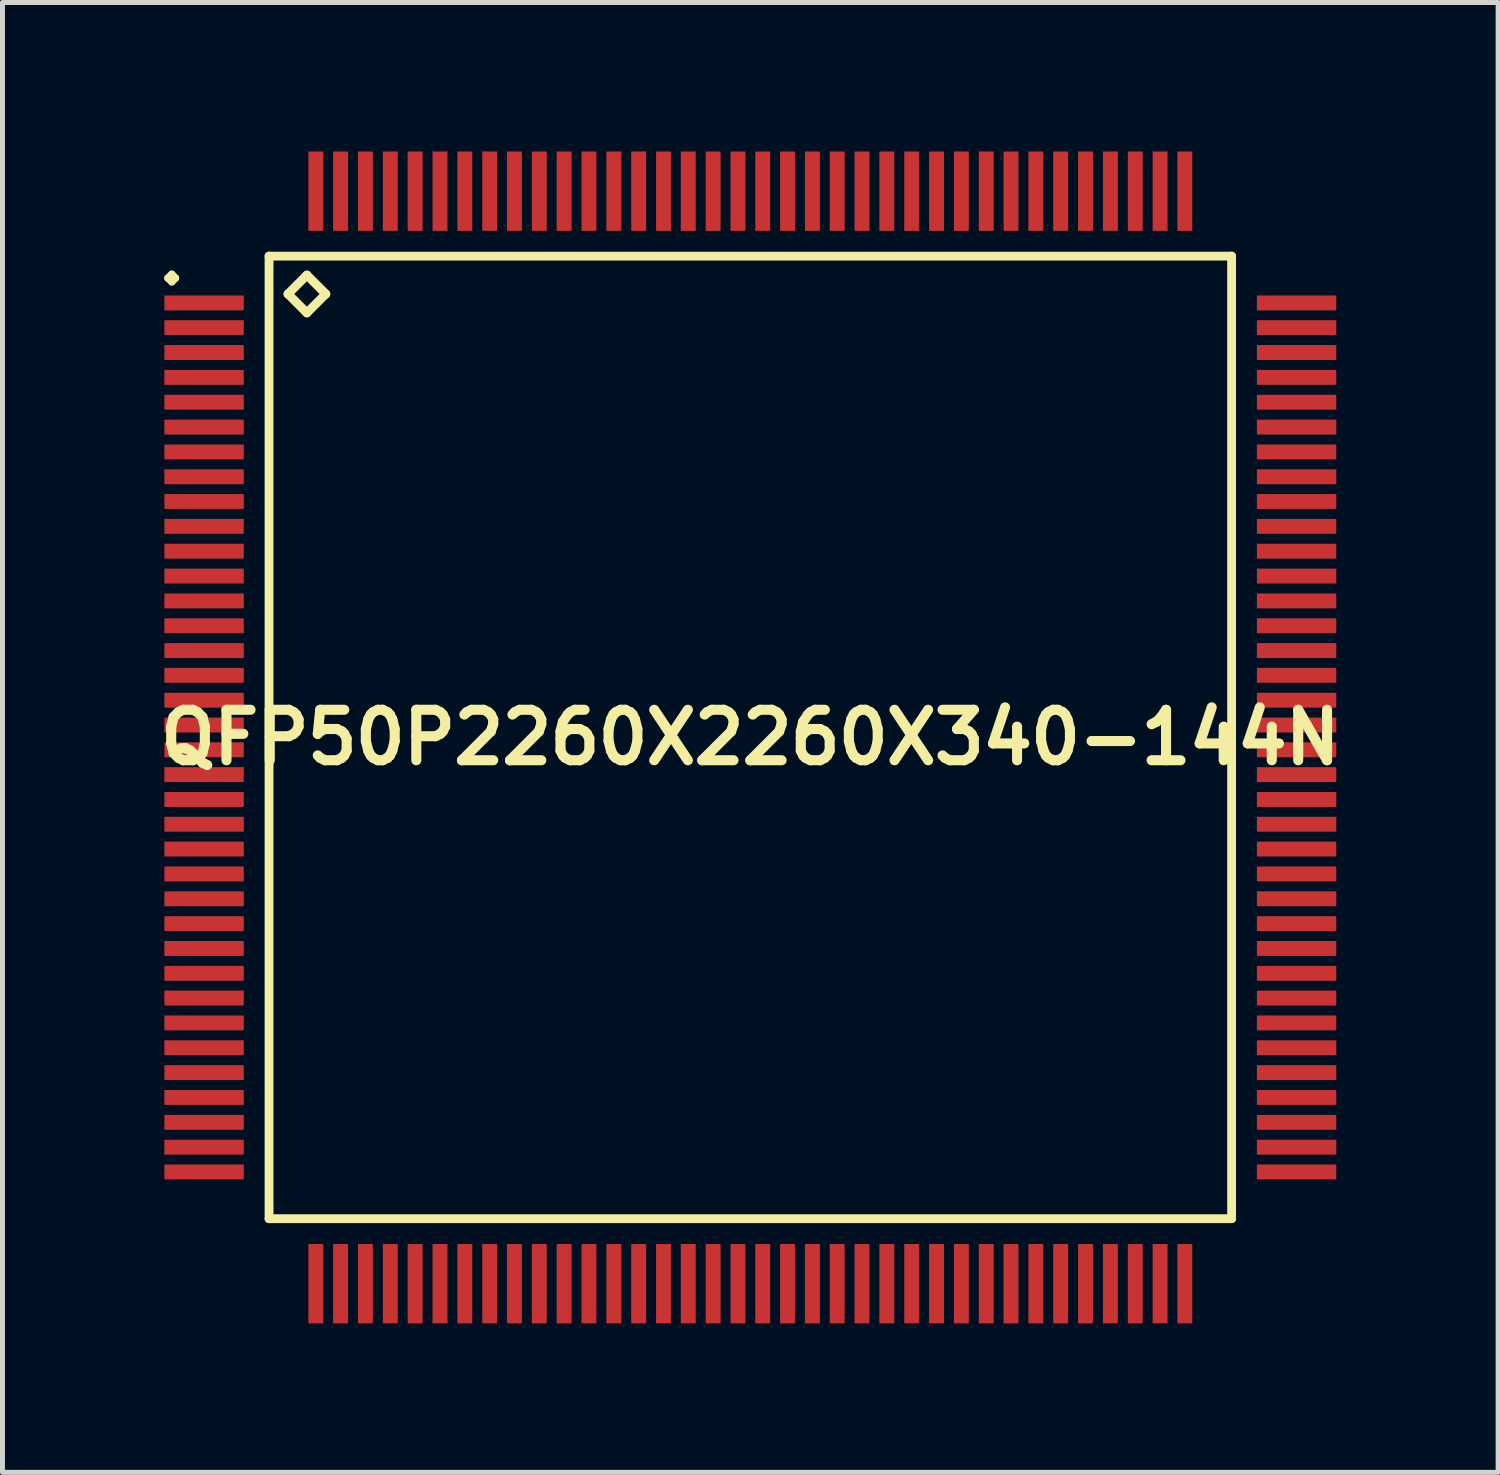
<source format=kicad_pcb>
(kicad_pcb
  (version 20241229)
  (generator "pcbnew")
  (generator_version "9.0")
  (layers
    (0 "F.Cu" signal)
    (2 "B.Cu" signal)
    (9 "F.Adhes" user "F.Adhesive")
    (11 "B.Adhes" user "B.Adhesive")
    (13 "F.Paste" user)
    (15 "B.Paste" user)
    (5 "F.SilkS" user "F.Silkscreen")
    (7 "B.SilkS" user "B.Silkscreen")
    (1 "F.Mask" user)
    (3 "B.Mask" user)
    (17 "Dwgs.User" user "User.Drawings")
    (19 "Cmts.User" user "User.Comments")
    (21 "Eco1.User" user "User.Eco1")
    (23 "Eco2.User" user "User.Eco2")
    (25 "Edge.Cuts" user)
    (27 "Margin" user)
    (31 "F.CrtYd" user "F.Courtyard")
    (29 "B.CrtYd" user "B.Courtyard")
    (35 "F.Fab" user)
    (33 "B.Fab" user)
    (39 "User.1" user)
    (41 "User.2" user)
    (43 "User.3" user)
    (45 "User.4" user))
  (footprint "QFP50P2260X2260X340-144N"
    (layer "F.Cu")
    (at 12.057 11.797)
    (property "Reference" "QFP50P2260X2260X340-144N" (at 0 0 0) (layer "F.SilkS") (effects (font (size 1.016 1.016) (thickness 0.203))))
    (attr smd)
    (fp_line (start -11.725 -9.248) (end -11.648 -9.324) (stroke (width 0.15) (type solid)) (layer "F.SilkS"))
    (fp_line (start -11.648 -9.324) (end -11.575 -9.248) (stroke (width 0.15) (type solid)) (layer "F.SilkS"))
    (fp_line (start -11.648 -9.174) (end -11.725 -9.248) (stroke (width 0.15) (type solid)) (layer "F.SilkS"))
    (fp_line (start -11.575 -9.248) (end -11.648 -9.174) (stroke (width 0.15) (type solid)) (layer "F.SilkS"))
    (fp_line (start -9.69 -9.69) (end -9.69 9.69) (stroke (width 0.178) (type solid)) (layer "F.SilkS"))
    (fp_line (start -9.69 9.69) (end 9.69 9.69) (stroke (width 0.178) (type solid)) (layer "F.SilkS"))
    (fp_line (start -9.309 -8.928) (end -8.928 -9.309) (stroke (width 0.178) (type solid)) (layer "F.SilkS"))
    (fp_line (start -8.928 -9.309) (end -8.547 -8.928) (stroke (width 0.178) (type solid)) (layer "F.SilkS"))
    (fp_line (start -8.928 -8.547) (end -9.309 -8.928) (stroke (width 0.178) (type solid)) (layer "F.SilkS"))
    (fp_line (start -8.547 -8.928) (end -8.928 -8.547) (stroke (width 0.178) (type solid)) (layer "F.SilkS"))
    (fp_line (start 9.69 -9.69) (end -9.69 -9.69) (stroke (width 0.178) (type solid)) (layer "F.SilkS"))
    (fp_line (start 9.69 9.69) (end 9.69 -9.69) (stroke (width 0.178) (type solid)) (layer "F.SilkS"))
    (pad "1" smd rect (at -10.998 -8.748) (size 1.598 0.3) (layers "F.Cu" "F.Mask" "F.Paste"))
    (pad "2" smd rect (at -10.998 -8.25) (size 1.598 0.3) (layers "F.Cu" "F.Mask" "F.Paste"))
    (pad "3" smd rect (at -10.998 -7.75) (size 1.598 0.3) (layers "F.Cu" "F.Mask" "F.Paste"))
    (pad "4" smd rect (at -10.998 -7.249) (size 1.598 0.3) (layers "F.Cu" "F.Mask" "F.Paste"))
    (pad "5" smd rect (at -10.998 -6.749) (size 1.598 0.3) (layers "F.Cu" "F.Mask" "F.Paste"))
    (pad "6" smd rect (at -10.998 -6.248) (size 1.598 0.3) (layers "F.Cu" "F.Mask" "F.Paste"))
    (pad "7" smd rect (at -10.998 -5.748) (size 1.598 0.3) (layers "F.Cu" "F.Mask" "F.Paste"))
    (pad "8" smd rect (at -10.998 -5.248) (size 1.598 0.3) (layers "F.Cu" "F.Mask" "F.Paste"))
    (pad "9" smd rect (at -10.998 -4.75) (size 1.598 0.3) (layers "F.Cu" "F.Mask" "F.Paste"))
    (pad "10" smd rect (at -10.998 -4.249) (size 1.598 0.3) (layers "F.Cu" "F.Mask" "F.Paste"))
    (pad "11" smd rect (at -10.998 -3.749) (size 1.598 0.3) (layers "F.Cu" "F.Mask" "F.Paste"))
    (pad "12" smd rect (at -10.998 -3.249) (size 1.598 0.3) (layers "F.Cu" "F.Mask" "F.Paste"))
    (pad "13" smd rect (at -10.998 -2.748) (size 1.598 0.3) (layers "F.Cu" "F.Mask" "F.Paste"))
    (pad "14" smd rect (at -10.998 -2.248) (size 1.598 0.3) (layers "F.Cu" "F.Mask" "F.Paste"))
    (pad "15" smd rect (at -10.998 -1.748) (size 1.598 0.3) (layers "F.Cu" "F.Mask" "F.Paste"))
    (pad "16" smd rect (at -10.998 -1.25) (size 1.598 0.3) (layers "F.Cu" "F.Mask" "F.Paste"))
    (pad "17" smd rect (at -10.998 -0.749) (size 1.598 0.3) (layers "F.Cu" "F.Mask" "F.Paste"))
    (pad "18" smd rect (at -10.998 -0.249) (size 1.598 0.3) (layers "F.Cu" "F.Mask" "F.Paste"))
    (pad "19" smd rect (at -10.998 0.249) (size 1.598 0.3) (layers "F.Cu" "F.Mask" "F.Paste"))
    (pad "20" smd rect (at -10.998 0.749) (size 1.598 0.3) (layers "F.Cu" "F.Mask" "F.Paste"))
    (pad "21" smd rect (at -10.998 1.25) (size 1.598 0.3) (layers "F.Cu" "F.Mask" "F.Paste"))
    (pad "22" smd rect (at -10.998 1.748) (size 1.598 0.3) (layers "F.Cu" "F.Mask" "F.Paste"))
    (pad "23" smd rect (at -10.998 2.248) (size 1.598 0.3) (layers "F.Cu" "F.Mask" "F.Paste"))
    (pad "24" smd rect (at -10.998 2.748) (size 1.598 0.3) (layers "F.Cu" "F.Mask" "F.Paste"))
    (pad "25" smd rect (at -10.998 3.249) (size 1.598 0.3) (layers "F.Cu" "F.Mask" "F.Paste"))
    (pad "26" smd rect (at -10.998 3.749) (size 1.598 0.3) (layers "F.Cu" "F.Mask" "F.Paste"))
    (pad "27" smd rect (at -10.998 4.249) (size 1.598 0.3) (layers "F.Cu" "F.Mask" "F.Paste"))
    (pad "28" smd rect (at -10.998 4.75) (size 1.598 0.3) (layers "F.Cu" "F.Mask" "F.Paste"))
    (pad "29" smd rect (at -10.998 5.248) (size 1.598 0.3) (layers "F.Cu" "F.Mask" "F.Paste"))
    (pad "30" smd rect (at -10.998 5.748) (size 1.598 0.3) (layers "F.Cu" "F.Mask" "F.Paste"))
    (pad "31" smd rect (at -10.998 6.248) (size 1.598 0.3) (layers "F.Cu" "F.Mask" "F.Paste"))
    (pad "32" smd rect (at -10.998 6.749) (size 1.598 0.3) (layers "F.Cu" "F.Mask" "F.Paste"))
    (pad "33" smd rect (at -10.998 7.249) (size 1.598 0.3) (layers "F.Cu" "F.Mask" "F.Paste"))
    (pad "34" smd rect (at -10.998 7.75) (size 1.598 0.3) (layers "F.Cu" "F.Mask" "F.Paste"))
    (pad "35" smd rect (at -10.998 8.25) (size 1.598 0.3) (layers "F.Cu" "F.Mask" "F.Paste"))
    (pad "36" smd rect (at -10.998 8.748) (size 1.598 0.3) (layers "F.Cu" "F.Mask" "F.Paste"))
    (pad "37" smd rect (at -8.748 10.998) (size 0.3 1.598) (layers "F.Cu" "F.Mask" "F.Paste"))
    (pad "38" smd rect (at -8.25 10.998) (size 0.3 1.598) (layers "F.Cu" "F.Mask" "F.Paste"))
    (pad "39" smd rect (at -7.75 10.998) (size 0.3 1.598) (layers "F.Cu" "F.Mask" "F.Paste"))
    (pad "40" smd rect (at -7.249 10.998) (size 0.3 1.598) (layers "F.Cu" "F.Mask" "F.Paste"))
    (pad "41" smd rect (at -6.749 10.998) (size 0.3 1.598) (layers "F.Cu" "F.Mask" "F.Paste"))
    (pad "42" smd rect (at -6.248 10.998) (size 0.3 1.598) (layers "F.Cu" "F.Mask" "F.Paste"))
    (pad "43" smd rect (at -5.748 10.998) (size 0.3 1.598) (layers "F.Cu" "F.Mask" "F.Paste"))
    (pad "44" smd rect (at -5.248 10.998) (size 0.3 1.598) (layers "F.Cu" "F.Mask" "F.Paste"))
    (pad "45" smd rect (at -4.75 10.998) (size 0.3 1.598) (layers "F.Cu" "F.Mask" "F.Paste"))
    (pad "46" smd rect (at -4.249 10.998) (size 0.3 1.598) (layers "F.Cu" "F.Mask" "F.Paste"))
    (pad "47" smd rect (at -3.749 10.998) (size 0.3 1.598) (layers "F.Cu" "F.Mask" "F.Paste"))
    (pad "48" smd rect (at -3.249 10.998) (size 0.3 1.598) (layers "F.Cu" "F.Mask" "F.Paste"))
    (pad "49" smd rect (at -2.748 10.998) (size 0.3 1.598) (layers "F.Cu" "F.Mask" "F.Paste"))
    (pad "50" smd rect (at -2.248 10.998) (size 0.3 1.598) (layers "F.Cu" "F.Mask" "F.Paste"))
    (pad "51" smd rect (at -1.748 10.998) (size 0.3 1.598) (layers "F.Cu" "F.Mask" "F.Paste"))
    (pad "52" smd rect (at -1.25 10.998) (size 0.3 1.598) (layers "F.Cu" "F.Mask" "F.Paste"))
    (pad "53" smd rect (at -0.749 10.998) (size 0.3 1.598) (layers "F.Cu" "F.Mask" "F.Paste"))
    (pad "54" smd rect (at -0.249 10.998) (size 0.3 1.598) (layers "F.Cu" "F.Mask" "F.Paste"))
    (pad "55" smd rect (at 0.249 10.998) (size 0.3 1.598) (layers "F.Cu" "F.Mask" "F.Paste"))
    (pad "56" smd rect (at 0.749 10.998) (size 0.3 1.598) (layers "F.Cu" "F.Mask" "F.Paste"))
    (pad "57" smd rect (at 1.25 10.998) (size 0.3 1.598) (layers "F.Cu" "F.Mask" "F.Paste"))
    (pad "58" smd rect (at 1.748 10.998) (size 0.3 1.598) (layers "F.Cu" "F.Mask" "F.Paste"))
    (pad "59" smd rect (at 2.248 10.998) (size 0.3 1.598) (layers "F.Cu" "F.Mask" "F.Paste"))
    (pad "60" smd rect (at 2.748 10.998) (size 0.3 1.598) (layers "F.Cu" "F.Mask" "F.Paste"))
    (pad "61" smd rect (at 3.249 10.998) (size 0.3 1.598) (layers "F.Cu" "F.Mask" "F.Paste"))
    (pad "62" smd rect (at 3.749 10.998) (size 0.3 1.598) (layers "F.Cu" "F.Mask" "F.Paste"))
    (pad "63" smd rect (at 4.249 10.998) (size 0.3 1.598) (layers "F.Cu" "F.Mask" "F.Paste"))
    (pad "64" smd rect (at 4.75 10.998) (size 0.3 1.598) (layers "F.Cu" "F.Mask" "F.Paste"))
    (pad "65" smd rect (at 5.248 10.998) (size 0.3 1.598) (layers "F.Cu" "F.Mask" "F.Paste"))
    (pad "66" smd rect (at 5.748 10.998) (size 0.3 1.598) (layers "F.Cu" "F.Mask" "F.Paste"))
    (pad "67" smd rect (at 6.248 10.998) (size 0.3 1.598) (layers "F.Cu" "F.Mask" "F.Paste"))
    (pad "68" smd rect (at 6.749 10.998) (size 0.3 1.598) (layers "F.Cu" "F.Mask" "F.Paste"))
    (pad "69" smd rect (at 7.249 10.998) (size 0.3 1.598) (layers "F.Cu" "F.Mask" "F.Paste"))
    (pad "70" smd rect (at 7.75 10.998) (size 0.3 1.598) (layers "F.Cu" "F.Mask" "F.Paste"))
    (pad "71" smd rect (at 8.25 10.998) (size 0.3 1.598) (layers "F.Cu" "F.Mask" "F.Paste"))
    (pad "72" smd rect (at 8.748 10.998) (size 0.3 1.598) (layers "F.Cu" "F.Mask" "F.Paste"))
    (pad "73" smd rect (at 10.998 8.748) (size 1.598 0.3) (layers "F.Cu" "F.Mask" "F.Paste"))
    (pad "74" smd rect (at 10.998 8.25) (size 1.598 0.3) (layers "F.Cu" "F.Mask" "F.Paste"))
    (pad "75" smd rect (at 10.998 7.75) (size 1.598 0.3) (layers "F.Cu" "F.Mask" "F.Paste"))
    (pad "76" smd rect (at 10.998 7.249) (size 1.598 0.3) (layers "F.Cu" "F.Mask" "F.Paste"))
    (pad "77" smd rect (at 10.998 6.749) (size 1.598 0.3) (layers "F.Cu" "F.Mask" "F.Paste"))
    (pad "78" smd rect (at 10.998 6.248) (size 1.598 0.3) (layers "F.Cu" "F.Mask" "F.Paste"))
    (pad "79" smd rect (at 10.998 5.748) (size 1.598 0.3) (layers "F.Cu" "F.Mask" "F.Paste"))
    (pad "80" smd rect (at 10.998 5.248) (size 1.598 0.3) (layers "F.Cu" "F.Mask" "F.Paste"))
    (pad "81" smd rect (at 10.998 4.75) (size 1.598 0.3) (layers "F.Cu" "F.Mask" "F.Paste"))
    (pad "82" smd rect (at 10.998 4.249) (size 1.598 0.3) (layers "F.Cu" "F.Mask" "F.Paste"))
    (pad "83" smd rect (at 10.998 3.749) (size 1.598 0.3) (layers "F.Cu" "F.Mask" "F.Paste"))
    (pad "84" smd rect (at 10.998 3.249) (size 1.598 0.3) (layers "F.Cu" "F.Mask" "F.Paste"))
    (pad "85" smd rect (at 10.998 2.748) (size 1.598 0.3) (layers "F.Cu" "F.Mask" "F.Paste"))
    (pad "86" smd rect (at 10.998 2.248) (size 1.598 0.3) (layers "F.Cu" "F.Mask" "F.Paste"))
    (pad "87" smd rect (at 10.998 1.748) (size 1.598 0.3) (layers "F.Cu" "F.Mask" "F.Paste"))
    (pad "88" smd rect (at 10.998 1.25) (size 1.598 0.3) (layers "F.Cu" "F.Mask" "F.Paste"))
    (pad "89" smd rect (at 10.998 0.749) (size 1.598 0.3) (layers "F.Cu" "F.Mask" "F.Paste"))
    (pad "90" smd rect (at 10.998 0.249) (size 1.598 0.3) (layers "F.Cu" "F.Mask" "F.Paste"))
    (pad "91" smd rect (at 10.998 -0.249) (size 1.598 0.3) (layers "F.Cu" "F.Mask" "F.Paste"))
    (pad "92" smd rect (at 10.998 -0.749) (size 1.598 0.3) (layers "F.Cu" "F.Mask" "F.Paste"))
    (pad "93" smd rect (at 10.998 -1.25) (size 1.598 0.3) (layers "F.Cu" "F.Mask" "F.Paste"))
    (pad "94" smd rect (at 10.998 -1.748) (size 1.598 0.3) (layers "F.Cu" "F.Mask" "F.Paste"))
    (pad "95" smd rect (at 10.998 -2.248) (size 1.598 0.3) (layers "F.Cu" "F.Mask" "F.Paste"))
    (pad "96" smd rect (at 10.998 -2.748) (size 1.598 0.3) (layers "F.Cu" "F.Mask" "F.Paste"))
    (pad "97" smd rect (at 10.998 -3.249) (size 1.598 0.3) (layers "F.Cu" "F.Mask" "F.Paste"))
    (pad "98" smd rect (at 10.998 -3.749) (size 1.598 0.3) (layers "F.Cu" "F.Mask" "F.Paste"))
    (pad "99" smd rect (at 10.998 -4.249) (size 1.598 0.3) (layers "F.Cu" "F.Mask" "F.Paste"))
    (pad "100" smd rect (at 10.998 -4.75) (size 1.598 0.3) (layers "F.Cu" "F.Mask" "F.Paste"))
    (pad "101" smd rect (at 10.998 -5.248) (size 1.598 0.3) (layers "F.Cu" "F.Mask" "F.Paste"))
    (pad "102" smd rect (at 10.998 -5.748) (size 1.598 0.3) (layers "F.Cu" "F.Mask" "F.Paste"))
    (pad "103" smd rect (at 10.998 -6.248) (size 1.598 0.3) (layers "F.Cu" "F.Mask" "F.Paste"))
    (pad "104" smd rect (at 10.998 -6.749) (size 1.598 0.3) (layers "F.Cu" "F.Mask" "F.Paste"))
    (pad "105" smd rect (at 10.998 -7.249) (size 1.598 0.3) (layers "F.Cu" "F.Mask" "F.Paste"))
    (pad "106" smd rect (at 10.998 -7.75) (size 1.598 0.3) (layers "F.Cu" "F.Mask" "F.Paste"))
    (pad "107" smd rect (at 10.998 -8.25) (size 1.598 0.3) (layers "F.Cu" "F.Mask" "F.Paste"))
    (pad "108" smd rect (at 10.998 -8.748) (size 1.598 0.3) (layers "F.Cu" "F.Mask" "F.Paste"))
    (pad "109" smd rect (at 8.748 -10.998) (size 0.3 1.598) (layers "F.Cu" "F.Mask" "F.Paste"))
    (pad "110" smd rect (at 8.25 -10.998) (size 0.3 1.598) (layers "F.Cu" "F.Mask" "F.Paste"))
    (pad "111" smd rect (at 7.75 -10.998) (size 0.3 1.598) (layers "F.Cu" "F.Mask" "F.Paste"))
    (pad "112" smd rect (at 7.249 -10.998) (size 0.3 1.598) (layers "F.Cu" "F.Mask" "F.Paste"))
    (pad "113" smd rect (at 6.749 -10.998) (size 0.3 1.598) (layers "F.Cu" "F.Mask" "F.Paste"))
    (pad "114" smd rect (at 6.248 -10.998) (size 0.3 1.598) (layers "F.Cu" "F.Mask" "F.Paste"))
    (pad "115" smd rect (at 5.748 -10.998) (size 0.3 1.598) (layers "F.Cu" "F.Mask" "F.Paste"))
    (pad "116" smd rect (at 5.248 -10.998) (size 0.3 1.598) (layers "F.Cu" "F.Mask" "F.Paste"))
    (pad "117" smd rect (at 4.75 -10.998) (size 0.3 1.598) (layers "F.Cu" "F.Mask" "F.Paste"))
    (pad "118" smd rect (at 4.249 -10.998) (size 0.3 1.598) (layers "F.Cu" "F.Mask" "F.Paste"))
    (pad "119" smd rect (at 3.749 -10.998) (size 0.3 1.598) (layers "F.Cu" "F.Mask" "F.Paste"))
    (pad "120" smd rect (at 3.249 -10.998) (size 0.3 1.598) (layers "F.Cu" "F.Mask" "F.Paste"))
    (pad "121" smd rect (at 2.748 -10.998) (size 0.3 1.598) (layers "F.Cu" "F.Mask" "F.Paste"))
    (pad "122" smd rect (at 2.248 -10.998) (size 0.3 1.598) (layers "F.Cu" "F.Mask" "F.Paste"))
    (pad "123" smd rect (at 1.748 -10.998) (size 0.3 1.598) (layers "F.Cu" "F.Mask" "F.Paste"))
    (pad "124" smd rect (at 1.25 -10.998) (size 0.3 1.598) (layers "F.Cu" "F.Mask" "F.Paste"))
    (pad "125" smd rect (at 0.749 -10.998) (size 0.3 1.598) (layers "F.Cu" "F.Mask" "F.Paste"))
    (pad "126" smd rect (at 0.249 -10.998) (size 0.3 1.598) (layers "F.Cu" "F.Mask" "F.Paste"))
    (pad "127" smd rect (at -0.249 -10.998) (size 0.3 1.598) (layers "F.Cu" "F.Mask" "F.Paste"))
    (pad "128" smd rect (at -0.749 -10.998) (size 0.3 1.598) (layers "F.Cu" "F.Mask" "F.Paste"))
    (pad "129" smd rect (at -1.25 -10.998) (size 0.3 1.598) (layers "F.Cu" "F.Mask" "F.Paste"))
    (pad "130" smd rect (at -1.748 -10.998) (size 0.3 1.598) (layers "F.Cu" "F.Mask" "F.Paste"))
    (pad "131" smd rect (at -2.248 -10.998) (size 0.3 1.598) (layers "F.Cu" "F.Mask" "F.Paste"))
    (pad "132" smd rect (at -2.748 -10.998) (size 0.3 1.598) (layers "F.Cu" "F.Mask" "F.Paste"))
    (pad "133" smd rect (at -3.249 -10.998) (size 0.3 1.598) (layers "F.Cu" "F.Mask" "F.Paste"))
    (pad "134" smd rect (at -3.749 -10.998) (size 0.3 1.598) (layers "F.Cu" "F.Mask" "F.Paste"))
    (pad "135" smd rect (at -4.249 -10.998) (size 0.3 1.598) (layers "F.Cu" "F.Mask" "F.Paste"))
    (pad "136" smd rect (at -4.75 -10.998) (size 0.3 1.598) (layers "F.Cu" "F.Mask" "F.Paste"))
    (pad "137" smd rect (at -5.248 -10.998) (size 0.3 1.598) (layers "F.Cu" "F.Mask" "F.Paste"))
    (pad "138" smd rect (at -5.748 -10.998) (size 0.3 1.598) (layers "F.Cu" "F.Mask" "F.Paste"))
    (pad "139" smd rect (at -6.248 -10.998) (size 0.3 1.598) (layers "F.Cu" "F.Mask" "F.Paste"))
    (pad "140" smd rect (at -6.749 -10.998) (size 0.3 1.598) (layers "F.Cu" "F.Mask" "F.Paste"))
    (pad "141" smd rect (at -7.249 -10.998) (size 0.3 1.598) (layers "F.Cu" "F.Mask" "F.Paste"))
    (pad "142" smd rect (at -7.75 -10.998) (size 0.3 1.598) (layers "F.Cu" "F.Mask" "F.Paste"))
    (pad "143" smd rect (at -8.25 -10.998) (size 0.3 1.598) (layers "F.Cu" "F.Mask" "F.Paste"))
    (pad "144" smd rect (at -8.748 -10.998) (size 0.3 1.598) (layers "F.Cu" "F.Mask" "F.Paste")))
  (gr_rect
    (start -3 -3)
    (end 27.113 26.594)
    (stroke (width 0.1) (type default))
    (fill no)
    (layer "Edge.Cuts")))
</source>
